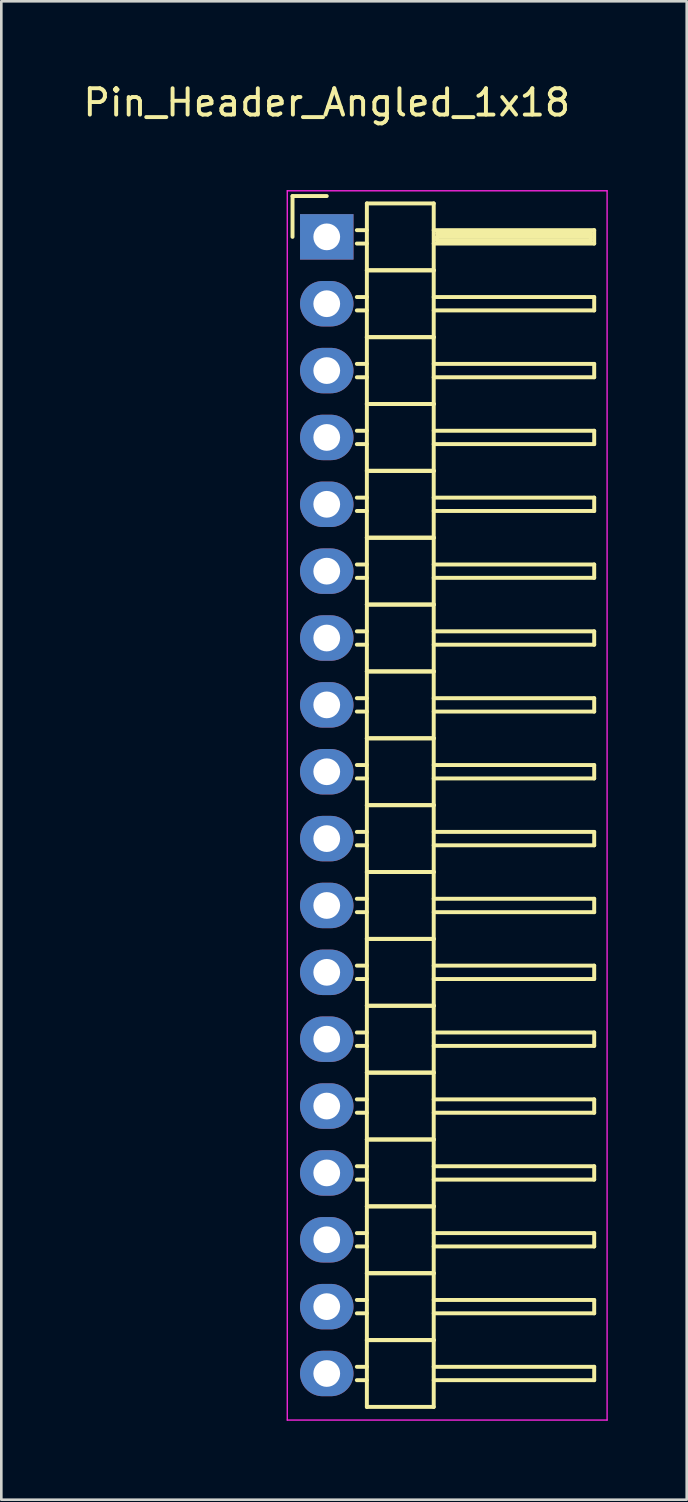
<source format=kicad_pcb>
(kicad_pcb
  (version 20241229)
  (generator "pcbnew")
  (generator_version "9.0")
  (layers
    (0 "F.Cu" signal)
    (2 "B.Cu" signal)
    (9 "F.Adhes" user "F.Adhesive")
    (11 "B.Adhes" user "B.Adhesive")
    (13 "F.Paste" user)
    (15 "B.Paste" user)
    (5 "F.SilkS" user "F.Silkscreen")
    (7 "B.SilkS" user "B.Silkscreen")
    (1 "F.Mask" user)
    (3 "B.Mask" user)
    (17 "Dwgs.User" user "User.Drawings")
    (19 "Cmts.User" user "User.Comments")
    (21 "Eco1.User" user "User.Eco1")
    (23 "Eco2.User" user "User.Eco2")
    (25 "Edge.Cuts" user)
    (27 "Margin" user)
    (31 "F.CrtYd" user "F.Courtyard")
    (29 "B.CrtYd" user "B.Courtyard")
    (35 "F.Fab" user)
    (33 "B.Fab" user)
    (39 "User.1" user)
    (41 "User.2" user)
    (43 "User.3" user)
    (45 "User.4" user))
  (footprint "Pin_Header_Angled_1x18"
    (layer "F.Cu")
    (at 9.363 5.948)
    (property "Reference" "Pin_Header_Angled_1x18" (at 0 -5.1 0) (layer "F.SilkS") (effects (font (size 1 1) (thickness 0.15))))
    (attr through_hole)
    (fp_line (start -1.3 -1.55) (end -1.3 0) (stroke (width 0.15) (type solid)) (layer "F.SilkS"))
    (fp_line (start 0 -1.55) (end -1.3 -1.55) (stroke (width 0.15) (type solid)) (layer "F.SilkS"))
    (fp_line (start 1.524 -1.27) (end 1.524 1.27) (stroke (width 0.15) (type solid)) (layer "F.SilkS"))
    (fp_line (start 1.524 -1.27) (end 4.064 -1.27) (stroke (width 0.15) (type solid)) (layer "F.SilkS"))
    (fp_line (start 1.524 -0.254) (end 1.143 -0.254) (stroke (width 0.15) (type solid)) (layer "F.SilkS"))
    (fp_line (start 1.524 0.254) (end 1.143 0.254) (stroke (width 0.15) (type solid)) (layer "F.SilkS"))
    (fp_line (start 1.524 1.27) (end 1.524 3.81) (stroke (width 0.15) (type solid)) (layer "F.SilkS"))
    (fp_line (start 1.524 1.27) (end 4.064 1.27) (stroke (width 0.15) (type solid)) (layer "F.SilkS"))
    (fp_line (start 1.524 1.27) (end 4.064 1.27) (stroke (width 0.15) (type solid)) (layer "F.SilkS"))
    (fp_line (start 1.524 2.286) (end 1.143 2.286) (stroke (width 0.15) (type solid)) (layer "F.SilkS"))
    (fp_line (start 1.524 2.794) (end 1.143 2.794) (stroke (width 0.15) (type solid)) (layer "F.SilkS"))
    (fp_line (start 1.524 3.81) (end 1.524 6.35) (stroke (width 0.15) (type solid)) (layer "F.SilkS"))
    (fp_line (start 1.524 3.81) (end 4.064 3.81) (stroke (width 0.15) (type solid)) (layer "F.SilkS"))
    (fp_line (start 1.524 3.81) (end 4.064 3.81) (stroke (width 0.15) (type solid)) (layer "F.SilkS"))
    (fp_line (start 1.524 4.826) (end 1.143 4.826) (stroke (width 0.15) (type solid)) (layer "F.SilkS"))
    (fp_line (start 1.524 5.334) (end 1.143 5.334) (stroke (width 0.15) (type solid)) (layer "F.SilkS"))
    (fp_line (start 1.524 6.35) (end 1.524 8.89) (stroke (width 0.15) (type solid)) (layer "F.SilkS"))
    (fp_line (start 1.524 6.35) (end 4.064 6.35) (stroke (width 0.15) (type solid)) (layer "F.SilkS"))
    (fp_line (start 1.524 6.35) (end 4.064 6.35) (stroke (width 0.15) (type solid)) (layer "F.SilkS"))
    (fp_line (start 1.524 7.366) (end 1.143 7.366) (stroke (width 0.15) (type solid)) (layer "F.SilkS"))
    (fp_line (start 1.524 7.874) (end 1.143 7.874) (stroke (width 0.15) (type solid)) (layer "F.SilkS"))
    (fp_line (start 1.524 8.89) (end 1.524 11.43) (stroke (width 0.15) (type solid)) (layer "F.SilkS"))
    (fp_line (start 1.524 8.89) (end 4.064 8.89) (stroke (width 0.15) (type solid)) (layer "F.SilkS"))
    (fp_line (start 1.524 8.89) (end 4.064 8.89) (stroke (width 0.15) (type solid)) (layer "F.SilkS"))
    (fp_line (start 1.524 9.906) (end 1.143 9.906) (stroke (width 0.15) (type solid)) (layer "F.SilkS"))
    (fp_line (start 1.524 10.414) (end 1.143 10.414) (stroke (width 0.15) (type solid)) (layer "F.SilkS"))
    (fp_line (start 1.524 11.43) (end 1.524 13.97) (stroke (width 0.15) (type solid)) (layer "F.SilkS"))
    (fp_line (start 1.524 11.43) (end 4.064 11.43) (stroke (width 0.15) (type solid)) (layer "F.SilkS"))
    (fp_line (start 1.524 11.43) (end 4.064 11.43) (stroke (width 0.15) (type solid)) (layer "F.SilkS"))
    (fp_line (start 1.524 12.446) (end 1.143 12.446) (stroke (width 0.15) (type solid)) (layer "F.SilkS"))
    (fp_line (start 1.524 12.954) (end 1.143 12.954) (stroke (width 0.15) (type solid)) (layer "F.SilkS"))
    (fp_line (start 1.524 13.97) (end 1.524 16.51) (stroke (width 0.15) (type solid)) (layer "F.SilkS"))
    (fp_line (start 1.524 13.97) (end 4.064 13.97) (stroke (width 0.15) (type solid)) (layer "F.SilkS"))
    (fp_line (start 1.524 13.97) (end 4.064 13.97) (stroke (width 0.15) (type solid)) (layer "F.SilkS"))
    (fp_line (start 1.524 14.986) (end 1.143 14.986) (stroke (width 0.15) (type solid)) (layer "F.SilkS"))
    (fp_line (start 1.524 15.494) (end 1.143 15.494) (stroke (width 0.15) (type solid)) (layer "F.SilkS"))
    (fp_line (start 1.524 16.51) (end 1.524 19.05) (stroke (width 0.15) (type solid)) (layer "F.SilkS"))
    (fp_line (start 1.524 16.51) (end 4.064 16.51) (stroke (width 0.15) (type solid)) (layer "F.SilkS"))
    (fp_line (start 1.524 16.51) (end 4.064 16.51) (stroke (width 0.15) (type solid)) (layer "F.SilkS"))
    (fp_line (start 1.524 17.526) (end 1.143 17.526) (stroke (width 0.15) (type solid)) (layer "F.SilkS"))
    (fp_line (start 1.524 18.034) (end 1.143 18.034) (stroke (width 0.15) (type solid)) (layer "F.SilkS"))
    (fp_line (start 1.524 19.05) (end 1.524 21.59) (stroke (width 0.15) (type solid)) (layer "F.SilkS"))
    (fp_line (start 1.524 19.05) (end 4.064 19.05) (stroke (width 0.15) (type solid)) (layer "F.SilkS"))
    (fp_line (start 1.524 19.05) (end 4.064 19.05) (stroke (width 0.15) (type solid)) (layer "F.SilkS"))
    (fp_line (start 1.524 20.066) (end 1.143 20.066) (stroke (width 0.15) (type solid)) (layer "F.SilkS"))
    (fp_line (start 1.524 20.574) (end 1.143 20.574) (stroke (width 0.15) (type solid)) (layer "F.SilkS"))
    (fp_line (start 1.524 21.59) (end 1.524 24.13) (stroke (width 0.15) (type solid)) (layer "F.SilkS"))
    (fp_line (start 1.524 21.59) (end 4.064 21.59) (stroke (width 0.15) (type solid)) (layer "F.SilkS"))
    (fp_line (start 1.524 21.59) (end 4.064 21.59) (stroke (width 0.15) (type solid)) (layer "F.SilkS"))
    (fp_line (start 1.524 22.606) (end 1.143 22.606) (stroke (width 0.15) (type solid)) (layer "F.SilkS"))
    (fp_line (start 1.524 23.114) (end 1.143 23.114) (stroke (width 0.15) (type solid)) (layer "F.SilkS"))
    (fp_line (start 1.524 24.13) (end 1.524 26.67) (stroke (width 0.15) (type solid)) (layer "F.SilkS"))
    (fp_line (start 1.524 24.13) (end 4.064 24.13) (stroke (width 0.15) (type solid)) (layer "F.SilkS"))
    (fp_line (start 1.524 24.13) (end 4.064 24.13) (stroke (width 0.15) (type solid)) (layer "F.SilkS"))
    (fp_line (start 1.524 25.146) (end 1.143 25.146) (stroke (width 0.15) (type solid)) (layer "F.SilkS"))
    (fp_line (start 1.524 25.654) (end 1.143 25.654) (stroke (width 0.15) (type solid)) (layer "F.SilkS"))
    (fp_line (start 1.524 26.67) (end 1.524 29.21) (stroke (width 0.15) (type solid)) (layer "F.SilkS"))
    (fp_line (start 1.524 26.67) (end 4.064 26.67) (stroke (width 0.15) (type solid)) (layer "F.SilkS"))
    (fp_line (start 1.524 26.67) (end 4.064 26.67) (stroke (width 0.15) (type solid)) (layer "F.SilkS"))
    (fp_line (start 1.524 27.686) (end 1.143 27.686) (stroke (width 0.15) (type solid)) (layer "F.SilkS"))
    (fp_line (start 1.524 28.194) (end 1.143 28.194) (stroke (width 0.15) (type solid)) (layer "F.SilkS"))
    (fp_line (start 1.524 29.21) (end 1.524 31.75) (stroke (width 0.15) (type solid)) (layer "F.SilkS"))
    (fp_line (start 1.524 29.21) (end 4.064 29.21) (stroke (width 0.15) (type solid)) (layer "F.SilkS"))
    (fp_line (start 1.524 29.21) (end 4.064 29.21) (stroke (width 0.15) (type solid)) (layer "F.SilkS"))
    (fp_line (start 1.524 30.226) (end 1.143 30.226) (stroke (width 0.15) (type solid)) (layer "F.SilkS"))
    (fp_line (start 1.524 30.734) (end 1.143 30.734) (stroke (width 0.15) (type solid)) (layer "F.SilkS"))
    (fp_line (start 1.524 31.75) (end 1.524 34.29) (stroke (width 0.15) (type solid)) (layer "F.SilkS"))
    (fp_line (start 1.524 31.75) (end 4.064 31.75) (stroke (width 0.15) (type solid)) (layer "F.SilkS"))
    (fp_line (start 1.524 31.75) (end 4.064 31.75) (stroke (width 0.15) (type solid)) (layer "F.SilkS"))
    (fp_line (start 1.524 32.766) (end 1.143 32.766) (stroke (width 0.15) (type solid)) (layer "F.SilkS"))
    (fp_line (start 1.524 33.274) (end 1.143 33.274) (stroke (width 0.15) (type solid)) (layer "F.SilkS"))
    (fp_line (start 1.524 34.29) (end 1.524 36.83) (stroke (width 0.15) (type solid)) (layer "F.SilkS"))
    (fp_line (start 1.524 34.29) (end 4.064 34.29) (stroke (width 0.15) (type solid)) (layer "F.SilkS"))
    (fp_line (start 1.524 34.29) (end 4.064 34.29) (stroke (width 0.15) (type solid)) (layer "F.SilkS"))
    (fp_line (start 1.524 35.306) (end 1.143 35.306) (stroke (width 0.15) (type solid)) (layer "F.SilkS"))
    (fp_line (start 1.524 35.814) (end 1.143 35.814) (stroke (width 0.15) (type solid)) (layer "F.SilkS"))
    (fp_line (start 1.524 36.83) (end 1.524 39.37) (stroke (width 0.15) (type solid)) (layer "F.SilkS"))
    (fp_line (start 1.524 36.83) (end 4.064 36.83) (stroke (width 0.15) (type solid)) (layer "F.SilkS"))
    (fp_line (start 1.524 36.83) (end 4.064 36.83) (stroke (width 0.15) (type solid)) (layer "F.SilkS"))
    (fp_line (start 1.524 37.846) (end 1.143 37.846) (stroke (width 0.15) (type solid)) (layer "F.SilkS"))
    (fp_line (start 1.524 38.354) (end 1.143 38.354) (stroke (width 0.15) (type solid)) (layer "F.SilkS"))
    (fp_line (start 1.524 39.37) (end 1.524 41.91) (stroke (width 0.15) (type solid)) (layer "F.SilkS"))
    (fp_line (start 1.524 39.37) (end 4.064 39.37) (stroke (width 0.15) (type solid)) (layer "F.SilkS"))
    (fp_line (start 1.524 39.37) (end 4.064 39.37) (stroke (width 0.15) (type solid)) (layer "F.SilkS"))
    (fp_line (start 1.524 40.386) (end 1.143 40.386) (stroke (width 0.15) (type solid)) (layer "F.SilkS"))
    (fp_line (start 1.524 40.894) (end 1.143 40.894) (stroke (width 0.15) (type solid)) (layer "F.SilkS"))
    (fp_line (start 1.524 41.91) (end 1.524 44.45) (stroke (width 0.15) (type solid)) (layer "F.SilkS"))
    (fp_line (start 1.524 41.91) (end 4.064 41.91) (stroke (width 0.15) (type solid)) (layer "F.SilkS"))
    (fp_line (start 1.524 41.91) (end 4.064 41.91) (stroke (width 0.15) (type solid)) (layer "F.SilkS"))
    (fp_line (start 1.524 42.926) (end 1.143 42.926) (stroke (width 0.15) (type solid)) (layer "F.SilkS"))
    (fp_line (start 1.524 43.434) (end 1.143 43.434) (stroke (width 0.15) (type solid)) (layer "F.SilkS"))
    (fp_line (start 1.524 44.45) (end 4.064 44.45) (stroke (width 0.15) (type solid)) (layer "F.SilkS"))
    (fp_line (start 4.064 -0.254) (end 10.16 -0.254) (stroke (width 0.15) (type solid)) (layer "F.SilkS"))
    (fp_line (start 4.064 1.27) (end 4.064 -1.27) (stroke (width 0.15) (type solid)) (layer "F.SilkS"))
    (fp_line (start 4.064 2.286) (end 10.16 2.286) (stroke (width 0.15) (type solid)) (layer "F.SilkS"))
    (fp_line (start 4.064 3.81) (end 4.064 1.27) (stroke (width 0.15) (type solid)) (layer "F.SilkS"))
    (fp_line (start 4.064 4.826) (end 10.16 4.826) (stroke (width 0.15) (type solid)) (layer "F.SilkS"))
    (fp_line (start 4.064 6.35) (end 4.064 3.81) (stroke (width 0.15) (type solid)) (layer "F.SilkS"))
    (fp_line (start 4.064 7.366) (end 10.16 7.366) (stroke (width 0.15) (type solid)) (layer "F.SilkS"))
    (fp_line (start 4.064 8.89) (end 4.064 6.35) (stroke (width 0.15) (type solid)) (layer "F.SilkS"))
    (fp_line (start 4.064 9.906) (end 10.16 9.906) (stroke (width 0.15) (type solid)) (layer "F.SilkS"))
    (fp_line (start 4.064 11.43) (end 4.064 8.89) (stroke (width 0.15) (type solid)) (layer "F.SilkS"))
    (fp_line (start 4.064 12.446) (end 10.16 12.446) (stroke (width 0.15) (type solid)) (layer "F.SilkS"))
    (fp_line (start 4.064 13.97) (end 4.064 11.43) (stroke (width 0.15) (type solid)) (layer "F.SilkS"))
    (fp_line (start 4.064 14.986) (end 10.16 14.986) (stroke (width 0.15) (type solid)) (layer "F.SilkS"))
    (fp_line (start 4.064 16.51) (end 4.064 13.97) (stroke (width 0.15) (type solid)) (layer "F.SilkS"))
    (fp_line (start 4.064 17.526) (end 10.16 17.526) (stroke (width 0.15) (type solid)) (layer "F.SilkS"))
    (fp_line (start 4.064 19.05) (end 4.064 16.51) (stroke (width 0.15) (type solid)) (layer "F.SilkS"))
    (fp_line (start 4.064 20.066) (end 10.16 20.066) (stroke (width 0.15) (type solid)) (layer "F.SilkS"))
    (fp_line (start 4.064 21.59) (end 4.064 19.05) (stroke (width 0.15) (type solid)) (layer "F.SilkS"))
    (fp_line (start 4.064 22.606) (end 10.16 22.606) (stroke (width 0.15) (type solid)) (layer "F.SilkS"))
    (fp_line (start 4.064 24.13) (end 4.064 21.59) (stroke (width 0.15) (type solid)) (layer "F.SilkS"))
    (fp_line (start 4.064 25.146) (end 10.16 25.146) (stroke (width 0.15) (type solid)) (layer "F.SilkS"))
    (fp_line (start 4.064 26.67) (end 4.064 24.13) (stroke (width 0.15) (type solid)) (layer "F.SilkS"))
    (fp_line (start 4.064 27.686) (end 10.16 27.686) (stroke (width 0.15) (type solid)) (layer "F.SilkS"))
    (fp_line (start 4.064 29.21) (end 4.064 26.67) (stroke (width 0.15) (type solid)) (layer "F.SilkS"))
    (fp_line (start 4.064 30.226) (end 10.16 30.226) (stroke (width 0.15) (type solid)) (layer "F.SilkS"))
    (fp_line (start 4.064 31.75) (end 4.064 29.21) (stroke (width 0.15) (type solid)) (layer "F.SilkS"))
    (fp_line (start 4.064 32.766) (end 10.16 32.766) (stroke (width 0.15) (type solid)) (layer "F.SilkS"))
    (fp_line (start 4.064 34.29) (end 4.064 31.75) (stroke (width 0.15) (type solid)) (layer "F.SilkS"))
    (fp_line (start 4.064 35.306) (end 10.16 35.306) (stroke (width 0.15) (type solid)) (layer "F.SilkS"))
    (fp_line (start 4.064 36.83) (end 4.064 34.29) (stroke (width 0.15) (type solid)) (layer "F.SilkS"))
    (fp_line (start 4.064 37.846) (end 10.16 37.846) (stroke (width 0.15) (type solid)) (layer "F.SilkS"))
    (fp_line (start 4.064 39.37) (end 4.064 36.83) (stroke (width 0.15) (type solid)) (layer "F.SilkS"))
    (fp_line (start 4.064 40.386) (end 10.16 40.386) (stroke (width 0.15) (type solid)) (layer "F.SilkS"))
    (fp_line (start 4.064 41.91) (end 4.064 39.37) (stroke (width 0.15) (type solid)) (layer "F.SilkS"))
    (fp_line (start 4.064 42.926) (end 10.16 42.926) (stroke (width 0.15) (type solid)) (layer "F.SilkS"))
    (fp_line (start 4.064 44.45) (end 4.064 41.91) (stroke (width 0.15) (type solid)) (layer "F.SilkS"))
    (fp_line (start 4.191 -0.127) (end 10.033 -0.127) (stroke (width 0.15) (type solid)) (layer "F.SilkS"))
    (fp_line (start 4.191 0) (end 10.033 0) (stroke (width 0.15) (type solid)) (layer "F.SilkS"))
    (fp_line (start 4.191 0.127) (end 4.191 0) (stroke (width 0.15) (type solid)) (layer "F.SilkS"))
    (fp_line (start 10.033 -0.127) (end 10.033 0.127) (stroke (width 0.15) (type solid)) (layer "F.SilkS"))
    (fp_line (start 10.033 0.127) (end 4.191 0.127) (stroke (width 0.15) (type solid)) (layer "F.SilkS"))
    (fp_line (start 10.16 -0.254) (end 10.16 0.254) (stroke (width 0.15) (type solid)) (layer "F.SilkS"))
    (fp_line (start 10.16 0.254) (end 4.064 0.254) (stroke (width 0.15) (type solid)) (layer "F.SilkS"))
    (fp_line (start 10.16 2.286) (end 10.16 2.794) (stroke (width 0.15) (type solid)) (layer "F.SilkS"))
    (fp_line (start 10.16 2.794) (end 4.064 2.794) (stroke (width 0.15) (type solid)) (layer "F.SilkS"))
    (fp_line (start 10.16 4.826) (end 10.16 5.334) (stroke (width 0.15) (type solid)) (layer "F.SilkS"))
    (fp_line (start 10.16 5.334) (end 4.064 5.334) (stroke (width 0.15) (type solid)) (layer "F.SilkS"))
    (fp_line (start 10.16 7.366) (end 10.16 7.874) (stroke (width 0.15) (type solid)) (layer "F.SilkS"))
    (fp_line (start 10.16 7.874) (end 4.064 7.874) (stroke (width 0.15) (type solid)) (layer "F.SilkS"))
    (fp_line (start 10.16 9.906) (end 10.16 10.414) (stroke (width 0.15) (type solid)) (layer "F.SilkS"))
    (fp_line (start 10.16 10.414) (end 4.064 10.414) (stroke (width 0.15) (type solid)) (layer "F.SilkS"))
    (fp_line (start 10.16 12.446) (end 10.16 12.954) (stroke (width 0.15) (type solid)) (layer "F.SilkS"))
    (fp_line (start 10.16 12.954) (end 4.064 12.954) (stroke (width 0.15) (type solid)) (layer "F.SilkS"))
    (fp_line (start 10.16 14.986) (end 10.16 15.494) (stroke (width 0.15) (type solid)) (layer "F.SilkS"))
    (fp_line (start 10.16 15.494) (end 4.064 15.494) (stroke (width 0.15) (type solid)) (layer "F.SilkS"))
    (fp_line (start 10.16 17.526) (end 10.16 18.034) (stroke (width 0.15) (type solid)) (layer "F.SilkS"))
    (fp_line (start 10.16 18.034) (end 4.064 18.034) (stroke (width 0.15) (type solid)) (layer "F.SilkS"))
    (fp_line (start 10.16 20.066) (end 10.16 20.574) (stroke (width 0.15) (type solid)) (layer "F.SilkS"))
    (fp_line (start 10.16 20.574) (end 4.064 20.574) (stroke (width 0.15) (type solid)) (layer "F.SilkS"))
    (fp_line (start 10.16 22.606) (end 10.16 23.114) (stroke (width 0.15) (type solid)) (layer "F.SilkS"))
    (fp_line (start 10.16 23.114) (end 4.064 23.114) (stroke (width 0.15) (type solid)) (layer "F.SilkS"))
    (fp_line (start 10.16 25.146) (end 10.16 25.654) (stroke (width 0.15) (type solid)) (layer "F.SilkS"))
    (fp_line (start 10.16 25.654) (end 4.064 25.654) (stroke (width 0.15) (type solid)) (layer "F.SilkS"))
    (fp_line (start 10.16 27.686) (end 10.16 28.194) (stroke (width 0.15) (type solid)) (layer "F.SilkS"))
    (fp_line (start 10.16 28.194) (end 4.064 28.194) (stroke (width 0.15) (type solid)) (layer "F.SilkS"))
    (fp_line (start 10.16 30.226) (end 10.16 30.734) (stroke (width 0.15) (type solid)) (layer "F.SilkS"))
    (fp_line (start 10.16 30.734) (end 4.064 30.734) (stroke (width 0.15) (type solid)) (layer "F.SilkS"))
    (fp_line (start 10.16 32.766) (end 10.16 33.274) (stroke (width 0.15) (type solid)) (layer "F.SilkS"))
    (fp_line (start 10.16 33.274) (end 4.064 33.274) (stroke (width 0.15) (type solid)) (layer "F.SilkS"))
    (fp_line (start 10.16 35.306) (end 10.16 35.814) (stroke (width 0.15) (type solid)) (layer "F.SilkS"))
    (fp_line (start 10.16 35.814) (end 4.064 35.814) (stroke (width 0.15) (type solid)) (layer "F.SilkS"))
    (fp_line (start 10.16 37.846) (end 10.16 38.354) (stroke (width 0.15) (type solid)) (layer "F.SilkS"))
    (fp_line (start 10.16 38.354) (end 4.064 38.354) (stroke (width 0.15) (type solid)) (layer "F.SilkS"))
    (fp_line (start 10.16 40.386) (end 10.16 40.894) (stroke (width 0.15) (type solid)) (layer "F.SilkS"))
    (fp_line (start 10.16 40.894) (end 4.064 40.894) (stroke (width 0.15) (type solid)) (layer "F.SilkS"))
    (fp_line (start 10.16 42.926) (end 10.16 43.434) (stroke (width 0.15) (type solid)) (layer "F.SilkS"))
    (fp_line (start 10.16 43.434) (end 4.064 43.434) (stroke (width 0.15) (type solid)) (layer "F.SilkS"))
    (fp_line (start -1.5 -1.75) (end -1.5 44.95) (stroke (width 0.05) (type solid)) (layer "F.CrtYd"))
    (fp_line (start -1.5 -1.75) (end 10.65 -1.75) (stroke (width 0.05) (type solid)) (layer "F.CrtYd"))
    (fp_line (start -1.5 44.95) (end 10.65 44.95) (stroke (width 0.05) (type solid)) (layer "F.CrtYd"))
    (fp_line (start 10.65 -1.75) (end 10.65 44.95) (stroke (width 0.05) (type solid)) (layer "F.CrtYd"))
    (pad "1" thru_hole rect (at 0 0) (size 2.032 1.727) (drill 1.016) (layers "*.Cu" "*.Mask"))
    (pad "2" thru_hole oval (at 0 2.54) (size 2.032 1.727) (drill 1.016) (layers "*.Cu" "*.Mask"))
    (pad "3" thru_hole oval (at 0 5.08) (size 2.032 1.727) (drill 1.016) (layers "*.Cu" "*.Mask"))
    (pad "4" thru_hole oval (at 0 7.62) (size 2.032 1.727) (drill 1.016) (layers "*.Cu" "*.Mask"))
    (pad "5" thru_hole oval (at 0 10.16) (size 2.032 1.727) (drill 1.016) (layers "*.Cu" "*.Mask"))
    (pad "6" thru_hole oval (at 0 12.7) (size 2.032 1.727) (drill 1.016) (layers "*.Cu" "*.Mask"))
    (pad "7" thru_hole oval (at 0 15.24) (size 2.032 1.727) (drill 1.016) (layers "*.Cu" "*.Mask"))
    (pad "8" thru_hole oval (at 0 17.78) (size 2.032 1.727) (drill 1.016) (layers "*.Cu" "*.Mask"))
    (pad "9" thru_hole oval (at 0 20.32) (size 2.032 1.727) (drill 1.016) (layers "*.Cu" "*.Mask"))
    (pad "10" thru_hole oval (at 0 22.86) (size 2.032 1.727) (drill 1.016) (layers "*.Cu" "*.Mask"))
    (pad "11" thru_hole oval (at 0 25.4) (size 2.032 1.727) (drill 1.016) (layers "*.Cu" "*.Mask"))
    (pad "12" thru_hole oval (at 0 27.94) (size 2.032 1.727) (drill 1.016) (layers "*.Cu" "*.Mask"))
    (pad "13" thru_hole oval (at 0 30.48) (size 2.032 1.727) (drill 1.016) (layers "*.Cu" "*.Mask"))
    (pad "14" thru_hole oval (at 0 33.02) (size 2.032 1.727) (drill 1.016) (layers "*.Cu" "*.Mask"))
    (pad "15" thru_hole oval (at 0 35.56) (size 2.032 1.727) (drill 1.016) (layers "*.Cu" "*.Mask"))
    (pad "16" thru_hole oval (at 0 38.1) (size 2.032 1.727) (drill 1.016) (layers "*.Cu" "*.Mask"))
    (pad "17" thru_hole oval (at 0 40.64) (size 2.032 1.727) (drill 1.016) (layers "*.Cu" "*.Mask"))
    (pad "18" thru_hole oval (at 0 43.18) (size 2.032 1.727) (drill 1.016) (layers "*.Cu" "*.Mask")))
  (gr_rect
    (start -3 -3)
    (end 23.038 53.923)
    (stroke (width 0.1) (type default))
    (fill no)
    (layer "Edge.Cuts")))
</source>
